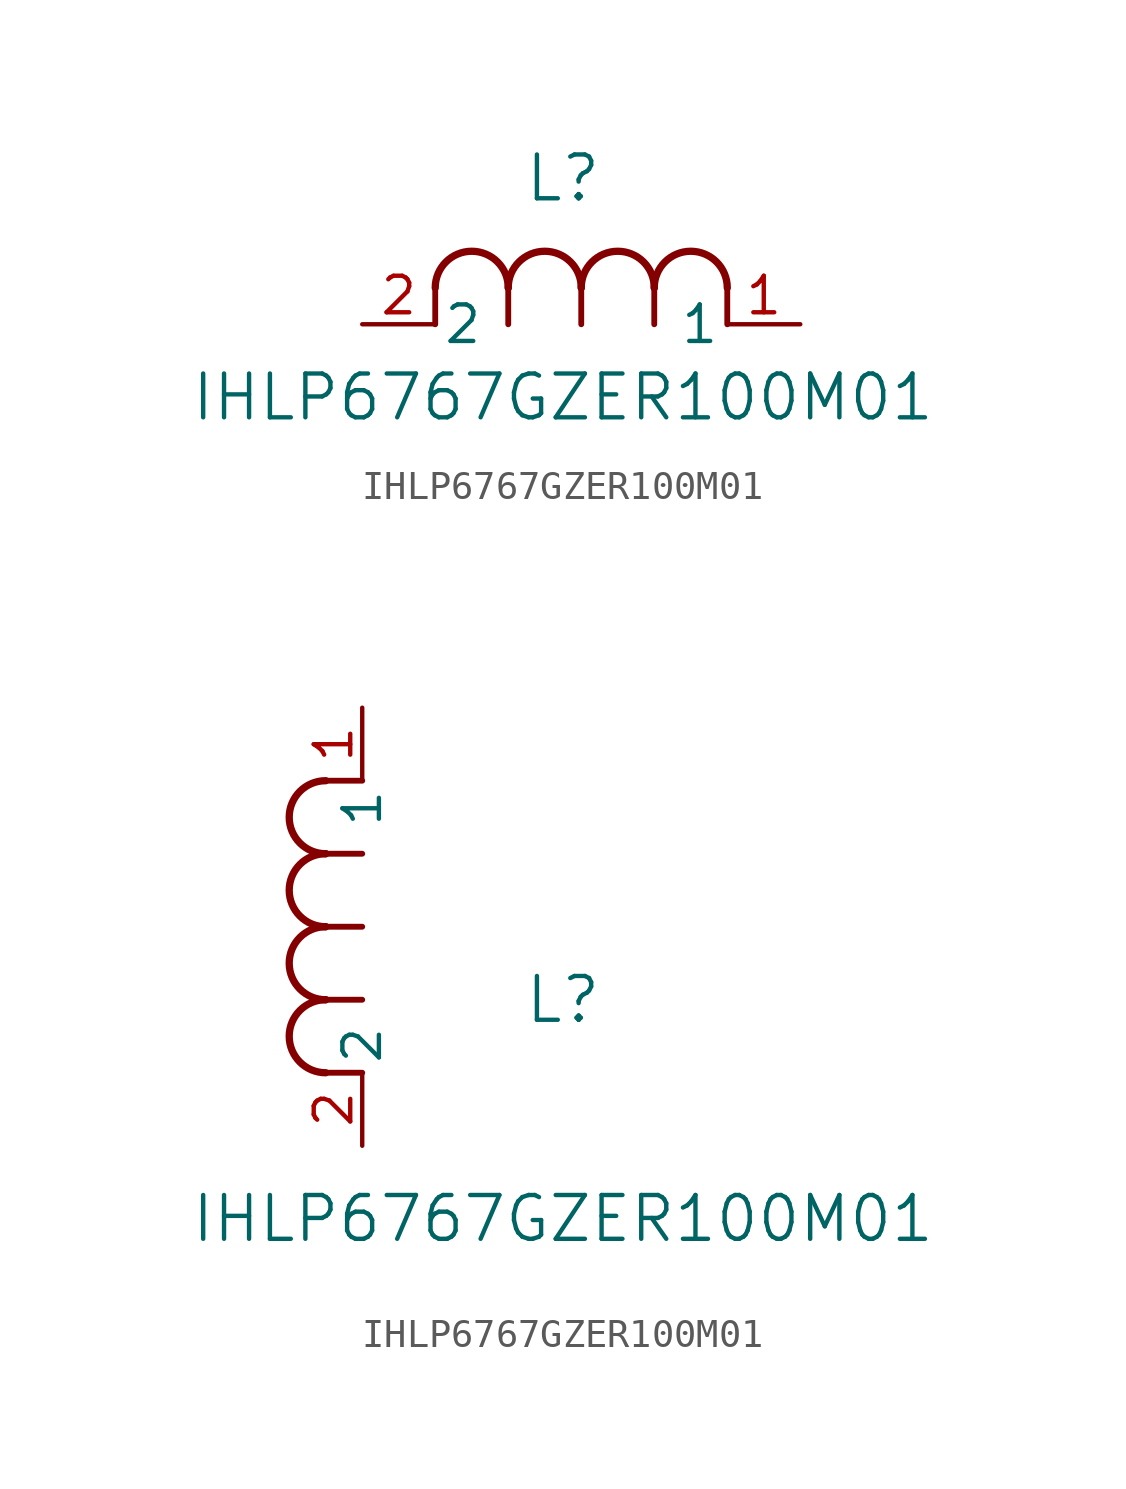
<source format=kicad_sym>
(kicad_symbol_lib
  (version 20211014)
  (generator kicad_symbol_editor)
  (symbol "IHLP6767GZER100M01"
    (pin_names
      (offset 0.254))
    (property "Reference" "L"
      (at 6.985 5.08 0)
      (effects (font (size 1.524 1.524))))
    (property "Value" "IHLP6767GZER100M01"
      (at 6.985 -2.54 0)
      (effects (font (size 1.524 1.524))))
    (symbol "IHLP6767GZER100M01_1_1"
      (arc (start 7.62 1.27) (mid 6.35 2.54) (end 5.08 1.27) (stroke (width 0.254) (type default) (color 0 0 0 0)) (fill (type none)))
      (polyline (pts (xy 5.08 0) (xy 5.08 1.27)) (stroke (width 0.203) (type default) (color 0 0 0 0)) (fill (type none)))
      (polyline (pts (xy 7.62 0) (xy 7.62 1.27)) (stroke (width 0.203) (type default) (color 0 0 0 0)) (fill (type none)))
      (polyline (pts (xy 12.7 0) (xy 12.7 1.27)) (stroke (width 0.203) (type default) (color 0 0 0 0)) (fill (type none)))
      (arc (start 5.08 1.27) (mid 3.81 2.54) (end 2.54 1.27) (stroke (width 0.254) (type default) (color 0 0 0 0)) (fill (type none)))
      (arc (start 10.16 1.27) (mid 8.89 2.54) (end 7.62 1.27) (stroke (width 0.254) (type default) (color 0 0 0 0)) (fill (type none)))
      (arc (start 12.7 1.27) (mid 11.43 2.54) (end 10.16 1.27) (stroke (width 0.254) (type default) (color 0 0 0 0)) (fill (type none)))
      (polyline (pts (xy 2.54 0) (xy 2.54 1.27)) (stroke (width 0.203) (type default) (color 0 0 0 0)) (fill (type none)))
      (polyline (pts (xy 10.16 0) (xy 10.16 1.27)) (stroke (width 0.203) (type default) (color 0 0 0 0)) (fill (type none)))
      (pin unspecified line (at 0 0 0) (length 2.54) (name "2" (effects (font (size 1.27 1.27)))) (number "2" (effects (font (size 1.27 1.27)))))
      (pin unspecified line (at 15.24 0 180) (length 2.54) (name "1" (effects (font (size 1.27 1.27)))) (number "1" (effects (font (size 1.27 1.27))))))
    (symbol "IHLP6767GZER100M01_1_2"
      (arc (start -1.27 7.62) (mid -2.54 6.35) (end -1.27 5.08) (stroke (width 0.254) (type default) (color 0 0 0 0)) (fill (type none)))
      (arc (start -1.27 5.08) (mid -2.54 3.81) (end -1.27 2.54) (stroke (width 0.254) (type default) (color 0 0 0 0)) (fill (type none)))
      (arc (start -1.27 12.7) (mid -2.54 11.43) (end -1.27 10.16) (stroke (width 0.254) (type default) (color 0 0 0 0)) (fill (type none)))
      (arc (start -1.27 10.16) (mid -2.54 8.89) (end -1.27 7.62) (stroke (width 0.254) (type default) (color 0 0 0 0)) (fill (type none)))
      (polyline (pts (xy 0 7.62) (xy -1.27 7.62)) (stroke (width 0.203) (type default) (color 0 0 0 0)) (fill (type none)))
      (polyline (pts (xy 0 5.08) (xy -1.27 5.08)) (stroke (width 0.203) (type default) (color 0 0 0 0)) (fill (type none)))
      (polyline (pts (xy 0 12.7) (xy -1.27 12.7)) (stroke (width 0.203) (type default) (color 0 0 0 0)) (fill (type none)))
      (polyline (pts (xy 0 2.54) (xy -1.27 2.54)) (stroke (width 0.203) (type default) (color 0 0 0 0)) (fill (type none)))
      (polyline (pts (xy 0 10.16) (xy -1.27 10.16)) (stroke (width 0.203) (type default) (color 0 0 0 0)) (fill (type none)))
      (pin unspecified line (at 0 0 90) (length 2.54) (name "2" (effects (font (size 1.27 1.27)))) (number "2" (effects (font (size 1.27 1.27)))))
      (pin unspecified line (at 0 15.24 270) (length 2.54) (name "1" (effects (font (size 1.27 1.27)))) (number "1" (effects (font (size 1.27 1.27))))))))
</source>
